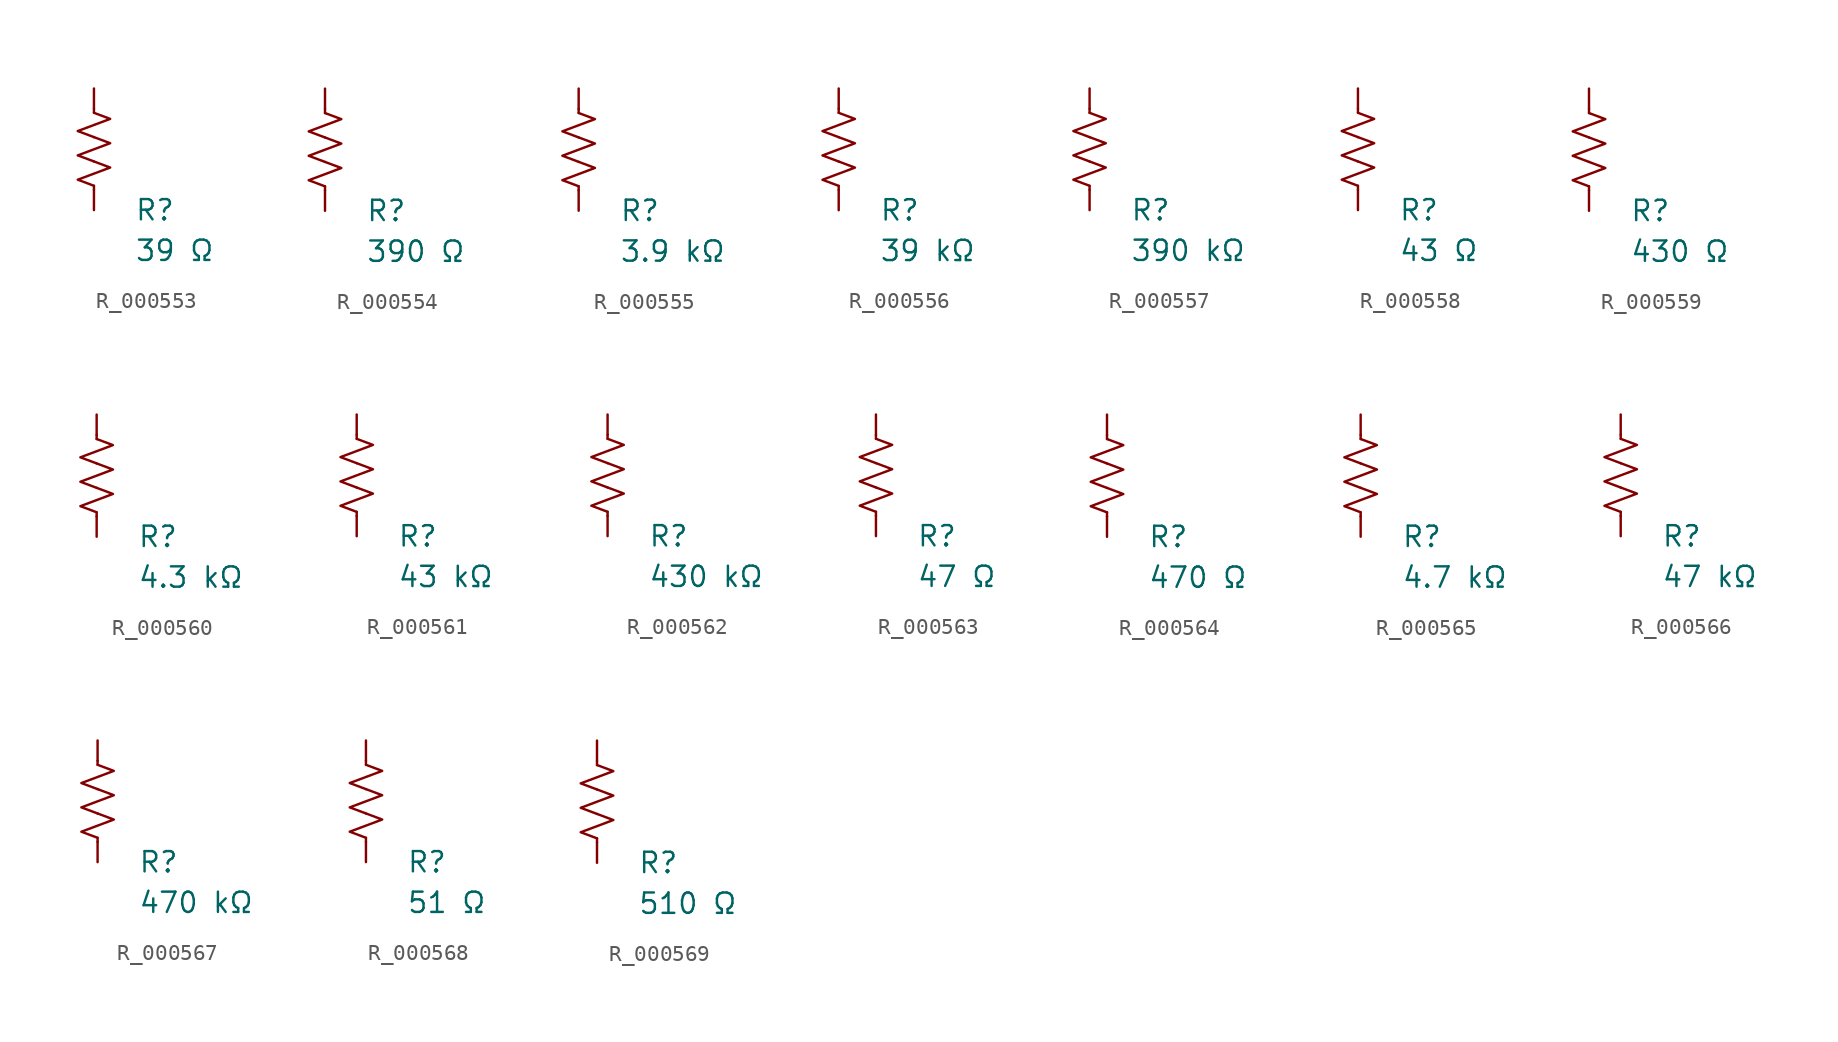
<source format=kicad_sym>
(kicad_symbol_lib
  (version 20231120)
  (generator "kicad_symbol_editor")
  (generator_version "8.0")
  (symbol "R_000553"
    (pin_numbers hide)
    (pin_names
      (offset 0))
    (property "Reference" "R"
      (at 2.54 -3.81 0)
      (effects (font (size 1.27 1.27)) (justify left))
      (show_name no))
    (property "Value" "39 Ω"
      (at 2.54 -6.35 0)
      (effects (font (size 1.27 1.27)) (justify left))
      (show_name no))
    (symbol "R_000553_0_1"
      (polyline (pts (xy 0 -2.286) (xy 0 -2.54)) (stroke (width 0) (type default)) (fill (type none)))
      (polyline (pts (xy 0 2.286) (xy 0 2.54)) (stroke (width 0) (type default)) (fill (type none)))
      (polyline (pts (xy 0 -0.762) (xy 1.016 -1.143) (xy 0 -1.524) (xy -1.016 -1.905) (xy 0 -2.286)) (stroke (width 0) (type default)) (fill (type none)))
      (polyline (pts (xy 0 0.762) (xy 1.016 0.381) (xy 0 0) (xy -1.016 -0.381) (xy 0 -0.762)) (stroke (width 0) (type default)) (fill (type none)))
      (polyline (pts (xy 0 2.286) (xy 1.016 1.905) (xy 0 1.524) (xy -1.016 1.143) (xy 0 0.762)) (stroke (width 0) (type default)) (fill (type none))))
    (symbol "R_000553_1_1"
      (pin passive line (at 0 3.81 270) (length 1.27) (name "~" (effects (font (size 1.27 1.27)))) (number "1" (effects (font (size 1.27 1.27)))))
      (pin passive line (at 0 -3.81 90) (length 1.27) (name "~" (effects (font (size 1.27 1.27)))) (number "2" (effects (font (size 1.27 1.27)))))))
  (symbol "R_000554"
    (pin_numbers hide)
    (pin_names
      (offset 0))
    (property "Reference" "R"
      (at 2.54 -3.81 0)
      (effects (font (size 1.27 1.27)) (justify left))
      (show_name no))
    (property "Value" "390 Ω"
      (at 2.54 -6.35 0)
      (effects (font (size 1.27 1.27)) (justify left))
      (show_name no))
    (symbol "R_000554_0_1"
      (polyline (pts (xy 0 -2.286) (xy 0 -2.54)) (stroke (width 0) (type default)) (fill (type none)))
      (polyline (pts (xy 0 2.286) (xy 0 2.54)) (stroke (width 0) (type default)) (fill (type none)))
      (polyline (pts (xy 0 -0.762) (xy 1.016 -1.143) (xy 0 -1.524) (xy -1.016 -1.905) (xy 0 -2.286)) (stroke (width 0) (type default)) (fill (type none)))
      (polyline (pts (xy 0 0.762) (xy 1.016 0.381) (xy 0 0) (xy -1.016 -0.381) (xy 0 -0.762)) (stroke (width 0) (type default)) (fill (type none)))
      (polyline (pts (xy 0 2.286) (xy 1.016 1.905) (xy 0 1.524) (xy -1.016 1.143) (xy 0 0.762)) (stroke (width 0) (type default)) (fill (type none))))
    (symbol "R_000554_1_1"
      (pin passive line (at 0 3.81 270) (length 1.27) (name "~" (effects (font (size 1.27 1.27)))) (number "1" (effects (font (size 1.27 1.27)))))
      (pin passive line (at 0 -3.81 90) (length 1.27) (name "~" (effects (font (size 1.27 1.27)))) (number "2" (effects (font (size 1.27 1.27)))))))
  (symbol "R_000555"
    (pin_numbers hide)
    (pin_names
      (offset 0))
    (property "Reference" "R"
      (at 2.54 -3.81 0)
      (effects (font (size 1.27 1.27)) (justify left))
      (show_name no))
    (property "Value" "3.9 kΩ"
      (at 2.54 -6.35 0)
      (effects (font (size 1.27 1.27)) (justify left))
      (show_name no))
    (symbol "R_000555_0_1"
      (polyline (pts (xy 0 -2.286) (xy 0 -2.54)) (stroke (width 0) (type default)) (fill (type none)))
      (polyline (pts (xy 0 2.286) (xy 0 2.54)) (stroke (width 0) (type default)) (fill (type none)))
      (polyline (pts (xy 0 -0.762) (xy 1.016 -1.143) (xy 0 -1.524) (xy -1.016 -1.905) (xy 0 -2.286)) (stroke (width 0) (type default)) (fill (type none)))
      (polyline (pts (xy 0 0.762) (xy 1.016 0.381) (xy 0 0) (xy -1.016 -0.381) (xy 0 -0.762)) (stroke (width 0) (type default)) (fill (type none)))
      (polyline (pts (xy 0 2.286) (xy 1.016 1.905) (xy 0 1.524) (xy -1.016 1.143) (xy 0 0.762)) (stroke (width 0) (type default)) (fill (type none))))
    (symbol "R_000555_1_1"
      (pin passive line (at 0 3.81 270) (length 1.27) (name "~" (effects (font (size 1.27 1.27)))) (number "1" (effects (font (size 1.27 1.27)))))
      (pin passive line (at 0 -3.81 90) (length 1.27) (name "~" (effects (font (size 1.27 1.27)))) (number "2" (effects (font (size 1.27 1.27)))))))
  (symbol "R_000556"
    (pin_numbers hide)
    (pin_names
      (offset 0))
    (property "Reference" "R"
      (at 2.54 -3.81 0)
      (effects (font (size 1.27 1.27)) (justify left))
      (show_name no))
    (property "Value" "39 kΩ"
      (at 2.54 -6.35 0)
      (effects (font (size 1.27 1.27)) (justify left))
      (show_name no))
    (symbol "R_000556_0_1"
      (polyline (pts (xy 0 -2.286) (xy 0 -2.54)) (stroke (width 0) (type default)) (fill (type none)))
      (polyline (pts (xy 0 2.286) (xy 0 2.54)) (stroke (width 0) (type default)) (fill (type none)))
      (polyline (pts (xy 0 -0.762) (xy 1.016 -1.143) (xy 0 -1.524) (xy -1.016 -1.905) (xy 0 -2.286)) (stroke (width 0) (type default)) (fill (type none)))
      (polyline (pts (xy 0 0.762) (xy 1.016 0.381) (xy 0 0) (xy -1.016 -0.381) (xy 0 -0.762)) (stroke (width 0) (type default)) (fill (type none)))
      (polyline (pts (xy 0 2.286) (xy 1.016 1.905) (xy 0 1.524) (xy -1.016 1.143) (xy 0 0.762)) (stroke (width 0) (type default)) (fill (type none))))
    (symbol "R_000556_1_1"
      (pin passive line (at 0 3.81 270) (length 1.27) (name "~" (effects (font (size 1.27 1.27)))) (number "1" (effects (font (size 1.27 1.27)))))
      (pin passive line (at 0 -3.81 90) (length 1.27) (name "~" (effects (font (size 1.27 1.27)))) (number "2" (effects (font (size 1.27 1.27)))))))
  (symbol "R_000557"
    (pin_numbers hide)
    (pin_names
      (offset 0))
    (property "Reference" "R"
      (at 2.54 -3.81 0)
      (effects (font (size 1.27 1.27)) (justify left))
      (show_name no))
    (property "Value" "390 kΩ"
      (at 2.54 -6.35 0)
      (effects (font (size 1.27 1.27)) (justify left))
      (show_name no))
    (symbol "R_000557_0_1"
      (polyline (pts (xy 0 -2.286) (xy 0 -2.54)) (stroke (width 0) (type default)) (fill (type none)))
      (polyline (pts (xy 0 2.286) (xy 0 2.54)) (stroke (width 0) (type default)) (fill (type none)))
      (polyline (pts (xy 0 -0.762) (xy 1.016 -1.143) (xy 0 -1.524) (xy -1.016 -1.905) (xy 0 -2.286)) (stroke (width 0) (type default)) (fill (type none)))
      (polyline (pts (xy 0 0.762) (xy 1.016 0.381) (xy 0 0) (xy -1.016 -0.381) (xy 0 -0.762)) (stroke (width 0) (type default)) (fill (type none)))
      (polyline (pts (xy 0 2.286) (xy 1.016 1.905) (xy 0 1.524) (xy -1.016 1.143) (xy 0 0.762)) (stroke (width 0) (type default)) (fill (type none))))
    (symbol "R_000557_1_1"
      (pin passive line (at 0 3.81 270) (length 1.27) (name "~" (effects (font (size 1.27 1.27)))) (number "1" (effects (font (size 1.27 1.27)))))
      (pin passive line (at 0 -3.81 90) (length 1.27) (name "~" (effects (font (size 1.27 1.27)))) (number "2" (effects (font (size 1.27 1.27)))))))
  (symbol "R_000558"
    (pin_numbers hide)
    (pin_names
      (offset 0))
    (property "Reference" "R"
      (at 2.54 -3.81 0)
      (effects (font (size 1.27 1.27)) (justify left))
      (show_name no))
    (property "Value" "43 Ω"
      (at 2.54 -6.35 0)
      (effects (font (size 1.27 1.27)) (justify left))
      (show_name no))
    (symbol "R_000558_0_1"
      (polyline (pts (xy 0 -2.286) (xy 0 -2.54)) (stroke (width 0) (type default)) (fill (type none)))
      (polyline (pts (xy 0 2.286) (xy 0 2.54)) (stroke (width 0) (type default)) (fill (type none)))
      (polyline (pts (xy 0 -0.762) (xy 1.016 -1.143) (xy 0 -1.524) (xy -1.016 -1.905) (xy 0 -2.286)) (stroke (width 0) (type default)) (fill (type none)))
      (polyline (pts (xy 0 0.762) (xy 1.016 0.381) (xy 0 0) (xy -1.016 -0.381) (xy 0 -0.762)) (stroke (width 0) (type default)) (fill (type none)))
      (polyline (pts (xy 0 2.286) (xy 1.016 1.905) (xy 0 1.524) (xy -1.016 1.143) (xy 0 0.762)) (stroke (width 0) (type default)) (fill (type none))))
    (symbol "R_000558_1_1"
      (pin passive line (at 0 3.81 270) (length 1.27) (name "~" (effects (font (size 1.27 1.27)))) (number "1" (effects (font (size 1.27 1.27)))))
      (pin passive line (at 0 -3.81 90) (length 1.27) (name "~" (effects (font (size 1.27 1.27)))) (number "2" (effects (font (size 1.27 1.27)))))))
  (symbol "R_000559"
    (pin_numbers hide)
    (pin_names
      (offset 0))
    (property "Reference" "R"
      (at 2.54 -3.81 0)
      (effects (font (size 1.27 1.27)) (justify left))
      (show_name no))
    (property "Value" "430 Ω"
      (at 2.54 -6.35 0)
      (effects (font (size 1.27 1.27)) (justify left))
      (show_name no))
    (symbol "R_000559_0_1"
      (polyline (pts (xy 0 -2.286) (xy 0 -2.54)) (stroke (width 0) (type default)) (fill (type none)))
      (polyline (pts (xy 0 2.286) (xy 0 2.54)) (stroke (width 0) (type default)) (fill (type none)))
      (polyline (pts (xy 0 -0.762) (xy 1.016 -1.143) (xy 0 -1.524) (xy -1.016 -1.905) (xy 0 -2.286)) (stroke (width 0) (type default)) (fill (type none)))
      (polyline (pts (xy 0 0.762) (xy 1.016 0.381) (xy 0 0) (xy -1.016 -0.381) (xy 0 -0.762)) (stroke (width 0) (type default)) (fill (type none)))
      (polyline (pts (xy 0 2.286) (xy 1.016 1.905) (xy 0 1.524) (xy -1.016 1.143) (xy 0 0.762)) (stroke (width 0) (type default)) (fill (type none))))
    (symbol "R_000559_1_1"
      (pin passive line (at 0 3.81 270) (length 1.27) (name "~" (effects (font (size 1.27 1.27)))) (number "1" (effects (font (size 1.27 1.27)))))
      (pin passive line (at 0 -3.81 90) (length 1.27) (name "~" (effects (font (size 1.27 1.27)))) (number "2" (effects (font (size 1.27 1.27)))))))
  (symbol "R_000560"
    (pin_numbers hide)
    (pin_names
      (offset 0))
    (property "Reference" "R"
      (at 2.54 -3.81 0)
      (effects (font (size 1.27 1.27)) (justify left))
      (show_name no))
    (property "Value" "4.3 kΩ"
      (at 2.54 -6.35 0)
      (effects (font (size 1.27 1.27)) (justify left))
      (show_name no))
    (symbol "R_000560_0_1"
      (polyline (pts (xy 0 -2.286) (xy 0 -2.54)) (stroke (width 0) (type default)) (fill (type none)))
      (polyline (pts (xy 0 2.286) (xy 0 2.54)) (stroke (width 0) (type default)) (fill (type none)))
      (polyline (pts (xy 0 -0.762) (xy 1.016 -1.143) (xy 0 -1.524) (xy -1.016 -1.905) (xy 0 -2.286)) (stroke (width 0) (type default)) (fill (type none)))
      (polyline (pts (xy 0 0.762) (xy 1.016 0.381) (xy 0 0) (xy -1.016 -0.381) (xy 0 -0.762)) (stroke (width 0) (type default)) (fill (type none)))
      (polyline (pts (xy 0 2.286) (xy 1.016 1.905) (xy 0 1.524) (xy -1.016 1.143) (xy 0 0.762)) (stroke (width 0) (type default)) (fill (type none))))
    (symbol "R_000560_1_1"
      (pin passive line (at 0 3.81 270) (length 1.27) (name "~" (effects (font (size 1.27 1.27)))) (number "1" (effects (font (size 1.27 1.27)))))
      (pin passive line (at 0 -3.81 90) (length 1.27) (name "~" (effects (font (size 1.27 1.27)))) (number "2" (effects (font (size 1.27 1.27)))))))
  (symbol "R_000561"
    (pin_numbers hide)
    (pin_names
      (offset 0))
    (property "Reference" "R"
      (at 2.54 -3.81 0)
      (effects (font (size 1.27 1.27)) (justify left))
      (show_name no))
    (property "Value" "43 kΩ"
      (at 2.54 -6.35 0)
      (effects (font (size 1.27 1.27)) (justify left))
      (show_name no))
    (symbol "R_000561_0_1"
      (polyline (pts (xy 0 -2.286) (xy 0 -2.54)) (stroke (width 0) (type default)) (fill (type none)))
      (polyline (pts (xy 0 2.286) (xy 0 2.54)) (stroke (width 0) (type default)) (fill (type none)))
      (polyline (pts (xy 0 -0.762) (xy 1.016 -1.143) (xy 0 -1.524) (xy -1.016 -1.905) (xy 0 -2.286)) (stroke (width 0) (type default)) (fill (type none)))
      (polyline (pts (xy 0 0.762) (xy 1.016 0.381) (xy 0 0) (xy -1.016 -0.381) (xy 0 -0.762)) (stroke (width 0) (type default)) (fill (type none)))
      (polyline (pts (xy 0 2.286) (xy 1.016 1.905) (xy 0 1.524) (xy -1.016 1.143) (xy 0 0.762)) (stroke (width 0) (type default)) (fill (type none))))
    (symbol "R_000561_1_1"
      (pin passive line (at 0 3.81 270) (length 1.27) (name "~" (effects (font (size 1.27 1.27)))) (number "1" (effects (font (size 1.27 1.27)))))
      (pin passive line (at 0 -3.81 90) (length 1.27) (name "~" (effects (font (size 1.27 1.27)))) (number "2" (effects (font (size 1.27 1.27)))))))
  (symbol "R_000562"
    (pin_numbers hide)
    (pin_names
      (offset 0))
    (property "Reference" "R"
      (at 2.54 -3.81 0)
      (effects (font (size 1.27 1.27)) (justify left))
      (show_name no))
    (property "Value" "430 kΩ"
      (at 2.54 -6.35 0)
      (effects (font (size 1.27 1.27)) (justify left))
      (show_name no))
    (symbol "R_000562_0_1"
      (polyline (pts (xy 0 -2.286) (xy 0 -2.54)) (stroke (width 0) (type default)) (fill (type none)))
      (polyline (pts (xy 0 2.286) (xy 0 2.54)) (stroke (width 0) (type default)) (fill (type none)))
      (polyline (pts (xy 0 -0.762) (xy 1.016 -1.143) (xy 0 -1.524) (xy -1.016 -1.905) (xy 0 -2.286)) (stroke (width 0) (type default)) (fill (type none)))
      (polyline (pts (xy 0 0.762) (xy 1.016 0.381) (xy 0 0) (xy -1.016 -0.381) (xy 0 -0.762)) (stroke (width 0) (type default)) (fill (type none)))
      (polyline (pts (xy 0 2.286) (xy 1.016 1.905) (xy 0 1.524) (xy -1.016 1.143) (xy 0 0.762)) (stroke (width 0) (type default)) (fill (type none))))
    (symbol "R_000562_1_1"
      (pin passive line (at 0 3.81 270) (length 1.27) (name "~" (effects (font (size 1.27 1.27)))) (number "1" (effects (font (size 1.27 1.27)))))
      (pin passive line (at 0 -3.81 90) (length 1.27) (name "~" (effects (font (size 1.27 1.27)))) (number "2" (effects (font (size 1.27 1.27)))))))
  (symbol "R_000563"
    (pin_numbers hide)
    (pin_names
      (offset 0))
    (property "Reference" "R"
      (at 2.54 -3.81 0)
      (effects (font (size 1.27 1.27)) (justify left))
      (show_name no))
    (property "Value" "47 Ω"
      (at 2.54 -6.35 0)
      (effects (font (size 1.27 1.27)) (justify left))
      (show_name no))
    (symbol "R_000563_0_1"
      (polyline (pts (xy 0 -2.286) (xy 0 -2.54)) (stroke (width 0) (type default)) (fill (type none)))
      (polyline (pts (xy 0 2.286) (xy 0 2.54)) (stroke (width 0) (type default)) (fill (type none)))
      (polyline (pts (xy 0 -0.762) (xy 1.016 -1.143) (xy 0 -1.524) (xy -1.016 -1.905) (xy 0 -2.286)) (stroke (width 0) (type default)) (fill (type none)))
      (polyline (pts (xy 0 0.762) (xy 1.016 0.381) (xy 0 0) (xy -1.016 -0.381) (xy 0 -0.762)) (stroke (width 0) (type default)) (fill (type none)))
      (polyline (pts (xy 0 2.286) (xy 1.016 1.905) (xy 0 1.524) (xy -1.016 1.143) (xy 0 0.762)) (stroke (width 0) (type default)) (fill (type none))))
    (symbol "R_000563_1_1"
      (pin passive line (at 0 3.81 270) (length 1.27) (name "~" (effects (font (size 1.27 1.27)))) (number "1" (effects (font (size 1.27 1.27)))))
      (pin passive line (at 0 -3.81 90) (length 1.27) (name "~" (effects (font (size 1.27 1.27)))) (number "2" (effects (font (size 1.27 1.27)))))))
  (symbol "R_000564"
    (pin_numbers hide)
    (pin_names
      (offset 0))
    (property "Reference" "R"
      (at 2.54 -3.81 0)
      (effects (font (size 1.27 1.27)) (justify left))
      (show_name no))
    (property "Value" "470 Ω"
      (at 2.54 -6.35 0)
      (effects (font (size 1.27 1.27)) (justify left))
      (show_name no))
    (symbol "R_000564_0_1"
      (polyline (pts (xy 0 -2.286) (xy 0 -2.54)) (stroke (width 0) (type default)) (fill (type none)))
      (polyline (pts (xy 0 2.286) (xy 0 2.54)) (stroke (width 0) (type default)) (fill (type none)))
      (polyline (pts (xy 0 -0.762) (xy 1.016 -1.143) (xy 0 -1.524) (xy -1.016 -1.905) (xy 0 -2.286)) (stroke (width 0) (type default)) (fill (type none)))
      (polyline (pts (xy 0 0.762) (xy 1.016 0.381) (xy 0 0) (xy -1.016 -0.381) (xy 0 -0.762)) (stroke (width 0) (type default)) (fill (type none)))
      (polyline (pts (xy 0 2.286) (xy 1.016 1.905) (xy 0 1.524) (xy -1.016 1.143) (xy 0 0.762)) (stroke (width 0) (type default)) (fill (type none))))
    (symbol "R_000564_1_1"
      (pin passive line (at 0 3.81 270) (length 1.27) (name "~" (effects (font (size 1.27 1.27)))) (number "1" (effects (font (size 1.27 1.27)))))
      (pin passive line (at 0 -3.81 90) (length 1.27) (name "~" (effects (font (size 1.27 1.27)))) (number "2" (effects (font (size 1.27 1.27)))))))
  (symbol "R_000565"
    (pin_numbers hide)
    (pin_names
      (offset 0))
    (property "Reference" "R"
      (at 2.54 -3.81 0)
      (effects (font (size 1.27 1.27)) (justify left))
      (show_name no))
    (property "Value" "4.7 kΩ"
      (at 2.54 -6.35 0)
      (effects (font (size 1.27 1.27)) (justify left))
      (show_name no))
    (symbol "R_000565_0_1"
      (polyline (pts (xy 0 -2.286) (xy 0 -2.54)) (stroke (width 0) (type default)) (fill (type none)))
      (polyline (pts (xy 0 2.286) (xy 0 2.54)) (stroke (width 0) (type default)) (fill (type none)))
      (polyline (pts (xy 0 -0.762) (xy 1.016 -1.143) (xy 0 -1.524) (xy -1.016 -1.905) (xy 0 -2.286)) (stroke (width 0) (type default)) (fill (type none)))
      (polyline (pts (xy 0 0.762) (xy 1.016 0.381) (xy 0 0) (xy -1.016 -0.381) (xy 0 -0.762)) (stroke (width 0) (type default)) (fill (type none)))
      (polyline (pts (xy 0 2.286) (xy 1.016 1.905) (xy 0 1.524) (xy -1.016 1.143) (xy 0 0.762)) (stroke (width 0) (type default)) (fill (type none))))
    (symbol "R_000565_1_1"
      (pin passive line (at 0 3.81 270) (length 1.27) (name "~" (effects (font (size 1.27 1.27)))) (number "1" (effects (font (size 1.27 1.27)))))
      (pin passive line (at 0 -3.81 90) (length 1.27) (name "~" (effects (font (size 1.27 1.27)))) (number "2" (effects (font (size 1.27 1.27)))))))
  (symbol "R_000566"
    (pin_numbers hide)
    (pin_names
      (offset 0))
    (property "Reference" "R"
      (at 2.54 -3.81 0)
      (effects (font (size 1.27 1.27)) (justify left))
      (show_name no))
    (property "Value" "47 kΩ"
      (at 2.54 -6.35 0)
      (effects (font (size 1.27 1.27)) (justify left))
      (show_name no))
    (symbol "R_000566_0_1"
      (polyline (pts (xy 0 -2.286) (xy 0 -2.54)) (stroke (width 0) (type default)) (fill (type none)))
      (polyline (pts (xy 0 2.286) (xy 0 2.54)) (stroke (width 0) (type default)) (fill (type none)))
      (polyline (pts (xy 0 -0.762) (xy 1.016 -1.143) (xy 0 -1.524) (xy -1.016 -1.905) (xy 0 -2.286)) (stroke (width 0) (type default)) (fill (type none)))
      (polyline (pts (xy 0 0.762) (xy 1.016 0.381) (xy 0 0) (xy -1.016 -0.381) (xy 0 -0.762)) (stroke (width 0) (type default)) (fill (type none)))
      (polyline (pts (xy 0 2.286) (xy 1.016 1.905) (xy 0 1.524) (xy -1.016 1.143) (xy 0 0.762)) (stroke (width 0) (type default)) (fill (type none))))
    (symbol "R_000566_1_1"
      (pin passive line (at 0 3.81 270) (length 1.27) (name "~" (effects (font (size 1.27 1.27)))) (number "1" (effects (font (size 1.27 1.27)))))
      (pin passive line (at 0 -3.81 90) (length 1.27) (name "~" (effects (font (size 1.27 1.27)))) (number "2" (effects (font (size 1.27 1.27)))))))
  (symbol "R_000567"
    (pin_numbers hide)
    (pin_names
      (offset 0))
    (property "Reference" "R"
      (at 2.54 -3.81 0)
      (effects (font (size 1.27 1.27)) (justify left))
      (show_name no))
    (property "Value" "470 kΩ"
      (at 2.54 -6.35 0)
      (effects (font (size 1.27 1.27)) (justify left))
      (show_name no))
    (symbol "R_000567_0_1"
      (polyline (pts (xy 0 -2.286) (xy 0 -2.54)) (stroke (width 0) (type default)) (fill (type none)))
      (polyline (pts (xy 0 2.286) (xy 0 2.54)) (stroke (width 0) (type default)) (fill (type none)))
      (polyline (pts (xy 0 -0.762) (xy 1.016 -1.143) (xy 0 -1.524) (xy -1.016 -1.905) (xy 0 -2.286)) (stroke (width 0) (type default)) (fill (type none)))
      (polyline (pts (xy 0 0.762) (xy 1.016 0.381) (xy 0 0) (xy -1.016 -0.381) (xy 0 -0.762)) (stroke (width 0) (type default)) (fill (type none)))
      (polyline (pts (xy 0 2.286) (xy 1.016 1.905) (xy 0 1.524) (xy -1.016 1.143) (xy 0 0.762)) (stroke (width 0) (type default)) (fill (type none))))
    (symbol "R_000567_1_1"
      (pin passive line (at 0 3.81 270) (length 1.27) (name "~" (effects (font (size 1.27 1.27)))) (number "1" (effects (font (size 1.27 1.27)))))
      (pin passive line (at 0 -3.81 90) (length 1.27) (name "~" (effects (font (size 1.27 1.27)))) (number "2" (effects (font (size 1.27 1.27)))))))
  (symbol "R_000568"
    (pin_numbers hide)
    (pin_names
      (offset 0))
    (property "Reference" "R"
      (at 2.54 -3.81 0)
      (effects (font (size 1.27 1.27)) (justify left))
      (show_name no))
    (property "Value" "51 Ω"
      (at 2.54 -6.35 0)
      (effects (font (size 1.27 1.27)) (justify left))
      (show_name no))
    (symbol "R_000568_0_1"
      (polyline (pts (xy 0 -2.286) (xy 0 -2.54)) (stroke (width 0) (type default)) (fill (type none)))
      (polyline (pts (xy 0 2.286) (xy 0 2.54)) (stroke (width 0) (type default)) (fill (type none)))
      (polyline (pts (xy 0 -0.762) (xy 1.016 -1.143) (xy 0 -1.524) (xy -1.016 -1.905) (xy 0 -2.286)) (stroke (width 0) (type default)) (fill (type none)))
      (polyline (pts (xy 0 0.762) (xy 1.016 0.381) (xy 0 0) (xy -1.016 -0.381) (xy 0 -0.762)) (stroke (width 0) (type default)) (fill (type none)))
      (polyline (pts (xy 0 2.286) (xy 1.016 1.905) (xy 0 1.524) (xy -1.016 1.143) (xy 0 0.762)) (stroke (width 0) (type default)) (fill (type none))))
    (symbol "R_000568_1_1"
      (pin passive line (at 0 3.81 270) (length 1.27) (name "~" (effects (font (size 1.27 1.27)))) (number "1" (effects (font (size 1.27 1.27)))))
      (pin passive line (at 0 -3.81 90) (length 1.27) (name "~" (effects (font (size 1.27 1.27)))) (number "2" (effects (font (size 1.27 1.27)))))))
  (symbol "R_000569"
    (pin_numbers hide)
    (pin_names
      (offset 0))
    (property "Reference" "R"
      (at 2.54 -3.81 0)
      (effects (font (size 1.27 1.27)) (justify left))
      (show_name no))
    (property "Value" "510 Ω"
      (at 2.54 -6.35 0)
      (effects (font (size 1.27 1.27)) (justify left))
      (show_name no))
    (symbol "R_000569_0_1"
      (polyline (pts (xy 0 -2.286) (xy 0 -2.54)) (stroke (width 0) (type default)) (fill (type none)))
      (polyline (pts (xy 0 2.286) (xy 0 2.54)) (stroke (width 0) (type default)) (fill (type none)))
      (polyline (pts (xy 0 -0.762) (xy 1.016 -1.143) (xy 0 -1.524) (xy -1.016 -1.905) (xy 0 -2.286)) (stroke (width 0) (type default)) (fill (type none)))
      (polyline (pts (xy 0 0.762) (xy 1.016 0.381) (xy 0 0) (xy -1.016 -0.381) (xy 0 -0.762)) (stroke (width 0) (type default)) (fill (type none)))
      (polyline (pts (xy 0 2.286) (xy 1.016 1.905) (xy 0 1.524) (xy -1.016 1.143) (xy 0 0.762)) (stroke (width 0) (type default)) (fill (type none))))
    (symbol "R_000569_1_1"
      (pin passive line (at 0 3.81 270) (length 1.27) (name "~" (effects (font (size 1.27 1.27)))) (number "1" (effects (font (size 1.27 1.27)))))
      (pin passive line (at 0 -3.81 90) (length 1.27) (name "~" (effects (font (size 1.27 1.27)))) (number "2" (effects (font (size 1.27 1.27))))))))
</source>
